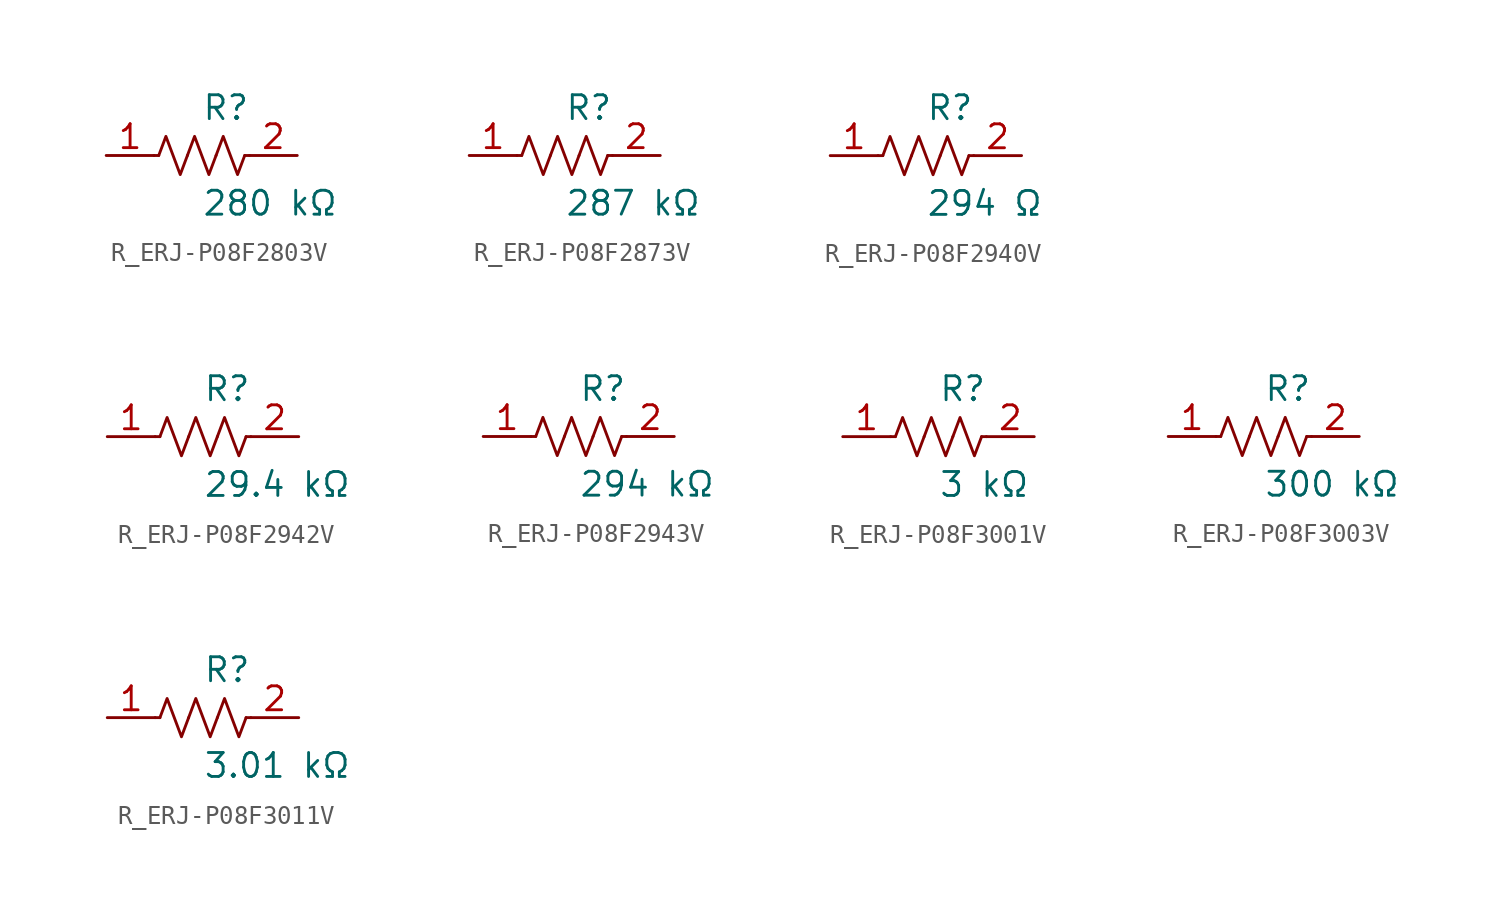
<source format=kicad_sym>
(kicad_symbol_lib
  (version 20231120)
  (generator kicad_symbol_editor)
  (generator_version 8.0)
  (symbol "R_ERJ-P08F2803V"
    (pin_names
      (offset 0.254))
    (property "Reference" "R"
      (at 0.0 2.54 0)
      (effects (font (size 1.27 1.27)) (justify left)))
    (property "Value" "280 kΩ"
      (at 0.0 -2.54 0)
      (effects (font (size 1.27 1.27)) (justify left)))
    (symbol "R_ERJ-P08F2803V_0_1"
      (polyline (pts (xy 2.286 0) (xy 2.54 0)) (stroke (width 0) (type default)) (fill (type none)))
      (polyline (pts (xy -2.286 0) (xy -2.54 0)) (stroke (width 0) (type default)) (fill (type none)))
      (polyline (pts (xy 0.762 0) (xy 1.143 1.016) (xy 1.524 0) (xy 1.905 -1.016) (xy 2.286 0)) (stroke (width 0) (type default)) (fill (type none)))
      (polyline (pts (xy -0.762 0) (xy -0.381 1.016) (xy 0 0) (xy 0.381 -1.016) (xy 0.762 0)) (stroke (width 0) (type default)) (fill (type none)))
      (polyline (pts (xy -2.286 0) (xy -1.905 1.016) (xy -1.524 0) (xy -1.143 -1.016) (xy -0.762 0)) (stroke (width 0) (type default)) (fill (type none))))
    (pin unspecified line
      (at -5.08 0 0)
      (length 2.54)
      (name "" (effects (font (size 1.27 1.27))))
      (number "1" (effects (font (size 1.27 1.27)))))
    (pin unspecified line
      (at 5.08 0 180)
      (length 2.54)
      (name "" (effects (font (size 1.27 1.27))))
      (number "2" (effects (font (size 1.27 1.27))))))
  (symbol "R_ERJ-P08F2873V"
    (pin_names
      (offset 0.254))
    (property "Reference" "R"
      (at 0.0 2.54 0)
      (effects (font (size 1.27 1.27)) (justify left)))
    (property "Value" "287 kΩ"
      (at 0.0 -2.54 0)
      (effects (font (size 1.27 1.27)) (justify left)))
    (symbol "R_ERJ-P08F2873V_0_1"
      (polyline (pts (xy 2.286 0) (xy 2.54 0)) (stroke (width 0) (type default)) (fill (type none)))
      (polyline (pts (xy -2.286 0) (xy -2.54 0)) (stroke (width 0) (type default)) (fill (type none)))
      (polyline (pts (xy 0.762 0) (xy 1.143 1.016) (xy 1.524 0) (xy 1.905 -1.016) (xy 2.286 0)) (stroke (width 0) (type default)) (fill (type none)))
      (polyline (pts (xy -0.762 0) (xy -0.381 1.016) (xy 0 0) (xy 0.381 -1.016) (xy 0.762 0)) (stroke (width 0) (type default)) (fill (type none)))
      (polyline (pts (xy -2.286 0) (xy -1.905 1.016) (xy -1.524 0) (xy -1.143 -1.016) (xy -0.762 0)) (stroke (width 0) (type default)) (fill (type none))))
    (pin unspecified line
      (at -5.08 0 0)
      (length 2.54)
      (name "" (effects (font (size 1.27 1.27))))
      (number "1" (effects (font (size 1.27 1.27)))))
    (pin unspecified line
      (at 5.08 0 180)
      (length 2.54)
      (name "" (effects (font (size 1.27 1.27))))
      (number "2" (effects (font (size 1.27 1.27))))))
  (symbol "R_ERJ-P08F2940V"
    (pin_names
      (offset 0.254))
    (property "Reference" "R"
      (at 0.0 2.54 0)
      (effects (font (size 1.27 1.27)) (justify left)))
    (property "Value" "294 Ω"
      (at 0.0 -2.54 0)
      (effects (font (size 1.27 1.27)) (justify left)))
    (symbol "R_ERJ-P08F2940V_0_1"
      (polyline (pts (xy 2.286 0) (xy 2.54 0)) (stroke (width 0) (type default)) (fill (type none)))
      (polyline (pts (xy -2.286 0) (xy -2.54 0)) (stroke (width 0) (type default)) (fill (type none)))
      (polyline (pts (xy 0.762 0) (xy 1.143 1.016) (xy 1.524 0) (xy 1.905 -1.016) (xy 2.286 0)) (stroke (width 0) (type default)) (fill (type none)))
      (polyline (pts (xy -0.762 0) (xy -0.381 1.016) (xy 0 0) (xy 0.381 -1.016) (xy 0.762 0)) (stroke (width 0) (type default)) (fill (type none)))
      (polyline (pts (xy -2.286 0) (xy -1.905 1.016) (xy -1.524 0) (xy -1.143 -1.016) (xy -0.762 0)) (stroke (width 0) (type default)) (fill (type none))))
    (pin unspecified line
      (at -5.08 0 0)
      (length 2.54)
      (name "" (effects (font (size 1.27 1.27))))
      (number "1" (effects (font (size 1.27 1.27)))))
    (pin unspecified line
      (at 5.08 0 180)
      (length 2.54)
      (name "" (effects (font (size 1.27 1.27))))
      (number "2" (effects (font (size 1.27 1.27))))))
  (symbol "R_ERJ-P08F2942V"
    (pin_names
      (offset 0.254))
    (property "Reference" "R"
      (at 0.0 2.54 0)
      (effects (font (size 1.27 1.27)) (justify left)))
    (property "Value" "29.4 kΩ"
      (at 0.0 -2.54 0)
      (effects (font (size 1.27 1.27)) (justify left)))
    (symbol "R_ERJ-P08F2942V_0_1"
      (polyline (pts (xy 2.286 0) (xy 2.54 0)) (stroke (width 0) (type default)) (fill (type none)))
      (polyline (pts (xy -2.286 0) (xy -2.54 0)) (stroke (width 0) (type default)) (fill (type none)))
      (polyline (pts (xy 0.762 0) (xy 1.143 1.016) (xy 1.524 0) (xy 1.905 -1.016) (xy 2.286 0)) (stroke (width 0) (type default)) (fill (type none)))
      (polyline (pts (xy -0.762 0) (xy -0.381 1.016) (xy 0 0) (xy 0.381 -1.016) (xy 0.762 0)) (stroke (width 0) (type default)) (fill (type none)))
      (polyline (pts (xy -2.286 0) (xy -1.905 1.016) (xy -1.524 0) (xy -1.143 -1.016) (xy -0.762 0)) (stroke (width 0) (type default)) (fill (type none))))
    (pin unspecified line
      (at -5.08 0 0)
      (length 2.54)
      (name "" (effects (font (size 1.27 1.27))))
      (number "1" (effects (font (size 1.27 1.27)))))
    (pin unspecified line
      (at 5.08 0 180)
      (length 2.54)
      (name "" (effects (font (size 1.27 1.27))))
      (number "2" (effects (font (size 1.27 1.27))))))
  (symbol "R_ERJ-P08F2943V"
    (pin_names
      (offset 0.254))
    (property "Reference" "R"
      (at 0.0 2.54 0)
      (effects (font (size 1.27 1.27)) (justify left)))
    (property "Value" "294 kΩ"
      (at 0.0 -2.54 0)
      (effects (font (size 1.27 1.27)) (justify left)))
    (symbol "R_ERJ-P08F2943V_0_1"
      (polyline (pts (xy 2.286 0) (xy 2.54 0)) (stroke (width 0) (type default)) (fill (type none)))
      (polyline (pts (xy -2.286 0) (xy -2.54 0)) (stroke (width 0) (type default)) (fill (type none)))
      (polyline (pts (xy 0.762 0) (xy 1.143 1.016) (xy 1.524 0) (xy 1.905 -1.016) (xy 2.286 0)) (stroke (width 0) (type default)) (fill (type none)))
      (polyline (pts (xy -0.762 0) (xy -0.381 1.016) (xy 0 0) (xy 0.381 -1.016) (xy 0.762 0)) (stroke (width 0) (type default)) (fill (type none)))
      (polyline (pts (xy -2.286 0) (xy -1.905 1.016) (xy -1.524 0) (xy -1.143 -1.016) (xy -0.762 0)) (stroke (width 0) (type default)) (fill (type none))))
    (pin unspecified line
      (at -5.08 0 0)
      (length 2.54)
      (name "" (effects (font (size 1.27 1.27))))
      (number "1" (effects (font (size 1.27 1.27)))))
    (pin unspecified line
      (at 5.08 0 180)
      (length 2.54)
      (name "" (effects (font (size 1.27 1.27))))
      (number "2" (effects (font (size 1.27 1.27))))))
  (symbol "R_ERJ-P08F3001V"
    (pin_names
      (offset 0.254))
    (property "Reference" "R"
      (at 0.0 2.54 0)
      (effects (font (size 1.27 1.27)) (justify left)))
    (property "Value" "3 kΩ"
      (at 0.0 -2.54 0)
      (effects (font (size 1.27 1.27)) (justify left)))
    (symbol "R_ERJ-P08F3001V_0_1"
      (polyline (pts (xy 2.286 0) (xy 2.54 0)) (stroke (width 0) (type default)) (fill (type none)))
      (polyline (pts (xy -2.286 0) (xy -2.54 0)) (stroke (width 0) (type default)) (fill (type none)))
      (polyline (pts (xy 0.762 0) (xy 1.143 1.016) (xy 1.524 0) (xy 1.905 -1.016) (xy 2.286 0)) (stroke (width 0) (type default)) (fill (type none)))
      (polyline (pts (xy -0.762 0) (xy -0.381 1.016) (xy 0 0) (xy 0.381 -1.016) (xy 0.762 0)) (stroke (width 0) (type default)) (fill (type none)))
      (polyline (pts (xy -2.286 0) (xy -1.905 1.016) (xy -1.524 0) (xy -1.143 -1.016) (xy -0.762 0)) (stroke (width 0) (type default)) (fill (type none))))
    (pin unspecified line
      (at -5.08 0 0)
      (length 2.54)
      (name "" (effects (font (size 1.27 1.27))))
      (number "1" (effects (font (size 1.27 1.27)))))
    (pin unspecified line
      (at 5.08 0 180)
      (length 2.54)
      (name "" (effects (font (size 1.27 1.27))))
      (number "2" (effects (font (size 1.27 1.27))))))
  (symbol "R_ERJ-P08F3003V"
    (pin_names
      (offset 0.254))
    (property "Reference" "R"
      (at 0.0 2.54 0)
      (effects (font (size 1.27 1.27)) (justify left)))
    (property "Value" "300 kΩ"
      (at 0.0 -2.54 0)
      (effects (font (size 1.27 1.27)) (justify left)))
    (symbol "R_ERJ-P08F3003V_0_1"
      (polyline (pts (xy 2.286 0) (xy 2.54 0)) (stroke (width 0) (type default)) (fill (type none)))
      (polyline (pts (xy -2.286 0) (xy -2.54 0)) (stroke (width 0) (type default)) (fill (type none)))
      (polyline (pts (xy 0.762 0) (xy 1.143 1.016) (xy 1.524 0) (xy 1.905 -1.016) (xy 2.286 0)) (stroke (width 0) (type default)) (fill (type none)))
      (polyline (pts (xy -0.762 0) (xy -0.381 1.016) (xy 0 0) (xy 0.381 -1.016) (xy 0.762 0)) (stroke (width 0) (type default)) (fill (type none)))
      (polyline (pts (xy -2.286 0) (xy -1.905 1.016) (xy -1.524 0) (xy -1.143 -1.016) (xy -0.762 0)) (stroke (width 0) (type default)) (fill (type none))))
    (pin unspecified line
      (at -5.08 0 0)
      (length 2.54)
      (name "" (effects (font (size 1.27 1.27))))
      (number "1" (effects (font (size 1.27 1.27)))))
    (pin unspecified line
      (at 5.08 0 180)
      (length 2.54)
      (name "" (effects (font (size 1.27 1.27))))
      (number "2" (effects (font (size 1.27 1.27))))))
  (symbol "R_ERJ-P08F3011V"
    (pin_names
      (offset 0.254))
    (property "Reference" "R"
      (at 0.0 2.54 0)
      (effects (font (size 1.27 1.27)) (justify left)))
    (property "Value" "3.01 kΩ"
      (at 0.0 -2.54 0)
      (effects (font (size 1.27 1.27)) (justify left)))
    (symbol "R_ERJ-P08F3011V_0_1"
      (polyline (pts (xy 2.286 0) (xy 2.54 0)) (stroke (width 0) (type default)) (fill (type none)))
      (polyline (pts (xy -2.286 0) (xy -2.54 0)) (stroke (width 0) (type default)) (fill (type none)))
      (polyline (pts (xy 0.762 0) (xy 1.143 1.016) (xy 1.524 0) (xy 1.905 -1.016) (xy 2.286 0)) (stroke (width 0) (type default)) (fill (type none)))
      (polyline (pts (xy -0.762 0) (xy -0.381 1.016) (xy 0 0) (xy 0.381 -1.016) (xy 0.762 0)) (stroke (width 0) (type default)) (fill (type none)))
      (polyline (pts (xy -2.286 0) (xy -1.905 1.016) (xy -1.524 0) (xy -1.143 -1.016) (xy -0.762 0)) (stroke (width 0) (type default)) (fill (type none))))
    (pin unspecified line
      (at -5.08 0 0)
      (length 2.54)
      (name "" (effects (font (size 1.27 1.27))))
      (number "1" (effects (font (size 1.27 1.27)))))
    (pin unspecified line
      (at 5.08 0 180)
      (length 2.54)
      (name "" (effects (font (size 1.27 1.27))))
      (number "2" (effects (font (size 1.27 1.27)))))))
</source>
